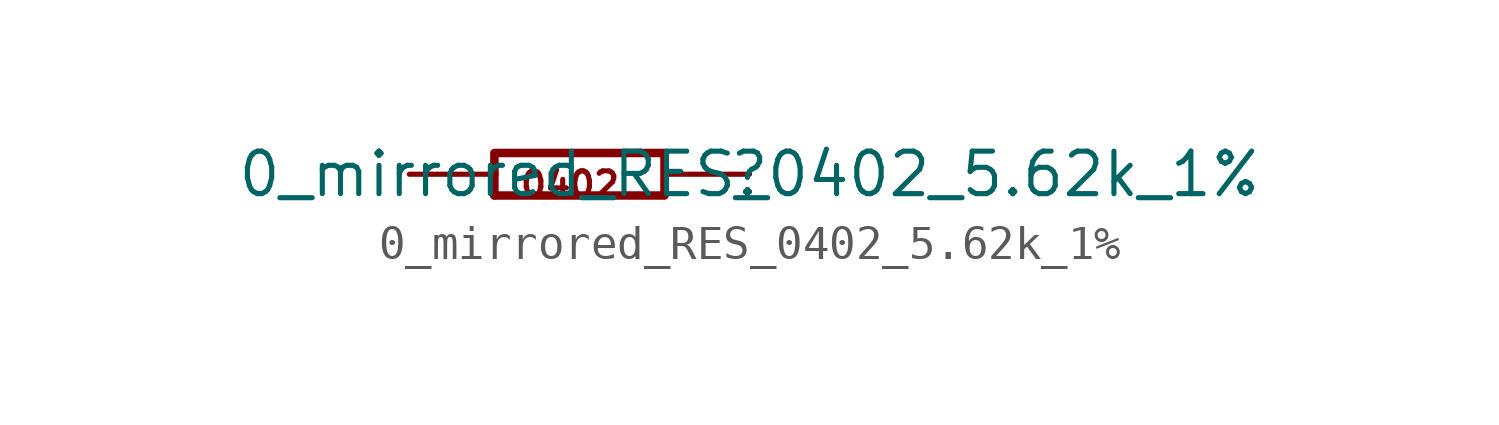
<source format=kicad_sym>
(kicad_symbol_lib
  (version 20211014)
  (generator kicad_symbol_editor)
  (symbol "0_mirrored_RES_0402_5.62k_1%"
    (property "Reference" ""
      (at 0 0 0)
      (effects (font (size 1.27 1.27))))
    (property "Value" "0_mirrored_RES_0402_5.62k_1%"
      (at 0 0 0)
      (effects (font (size 1.27 1.27))))
    (symbol "0_mirrored_RES_0402_5.62k_1%_1_0"
      (polyline (pts (xy -7.62 -0.635) (xy -7.62 0)) (stroke (width 0.254) (type default) (color 0 0 0 0)) (fill (type none)))
      (polyline (pts (xy -7.62 0) (xy -7.62 0.635) (xy -2.54 0.635) (xy -2.54 -0.635) (xy -7.62 -0.635)) (stroke (width 0.254) (type default) (color 0 0 0 0)) (fill (type none)))
      (text "0402" (at -3.81 -0.762 0) (effects (font (size 0.762 0.762)) (justify right bottom)))
      (pin passive line (at 0 0 180) (length 2.54) (name "1" (effects (font (size 0 0)))) (number "1" (effects (font (size 0 0)))))
      (pin passive line (at -10.16 0 0) (length 2.54) (name "2" (effects (font (size 0 0)))) (number "2" (effects (font (size 0 0))))))))
</source>
